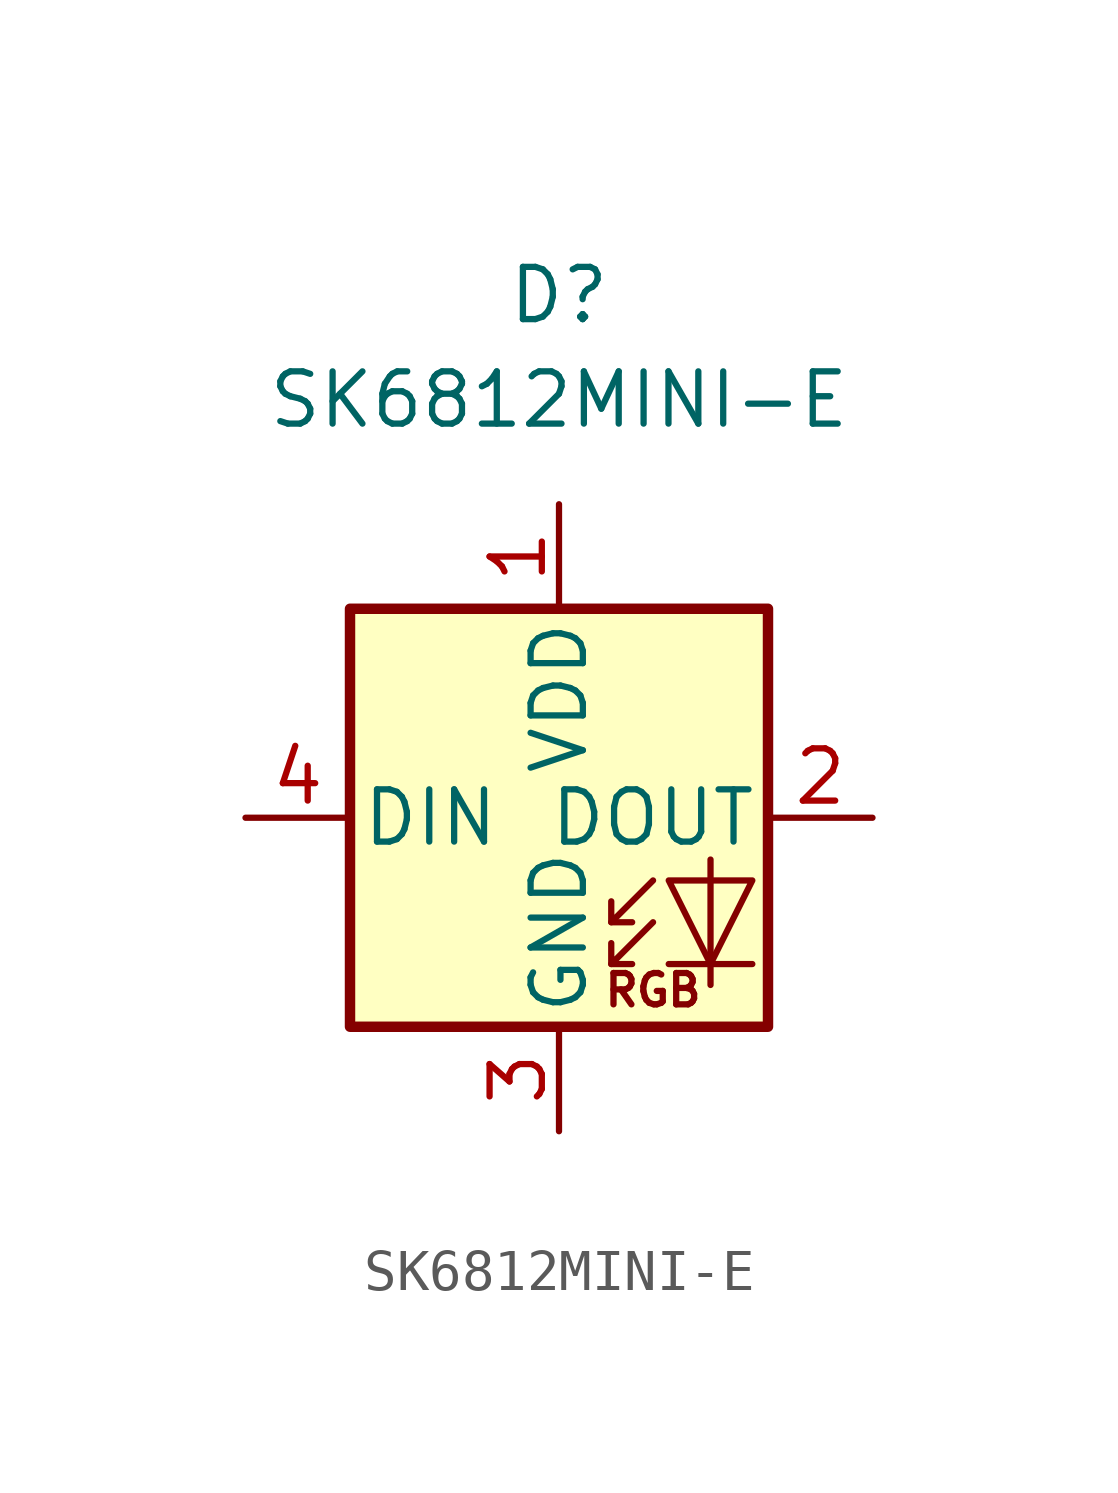
<source format=kicad_sym>
(kicad_symbol_lib
  (version 20211014)
  (generator kicad_symbol_editor)
  (symbol "SK6812MINI-E"
    (pin_names
      (offset 0.254))
    (property "Reference" "D"
      (at 0 12.7 0)
      (effects (font (size 1.27 1.27))))
    (property "Value" "SK6812MINI-E"
      (at 0 10.16 0)
      (effects (font (size 1.27 1.27))))
    (symbol "SK6812MINI-E_0_0"
      (text "RGB" (at 2.286 -4.191 0) (effects (font (size 0.762 0.762)))))
    (symbol "SK6812MINI-E_0_1"
      (polyline (pts (xy 1.27 -3.556) (xy 1.778 -3.556)) (stroke (width 0) (type default) (color 0 0 0 0)) (fill (type none)))
      (polyline (pts (xy 1.27 -2.54) (xy 1.778 -2.54)) (stroke (width 0) (type default) (color 0 0 0 0)) (fill (type none)))
      (polyline (pts (xy 4.699 -3.556) (xy 2.667 -3.556)) (stroke (width 0) (type default) (color 0 0 0 0)) (fill (type none)))
      (polyline (pts (xy 2.286 -2.54) (xy 1.27 -3.556) (xy 1.27 -3.048)) (stroke (width 0) (type default) (color 0 0 0 0)) (fill (type none)))
      (polyline (pts (xy 2.286 -1.524) (xy 1.27 -2.54) (xy 1.27 -2.032)) (stroke (width 0) (type default) (color 0 0 0 0)) (fill (type none)))
      (polyline (pts (xy 3.683 -1.016) (xy 3.683 -3.556) (xy 3.683 -4.064)) (stroke (width 0) (type default) (color 0 0 0 0)) (fill (type none)))
      (polyline (pts (xy 4.699 -1.524) (xy 2.667 -1.524) (xy 3.683 -3.556) (xy 4.699 -1.524)) (stroke (width 0) (type default) (color 0 0 0 0)) (fill (type none)))
      (rectangle (start 5.08 5.08) (end -5.08 -5.08) (stroke (width 0.254) (type default) (color 0 0 0 0)) (fill (type background))))
    (symbol "SK6812MINI-E_1_1"
      (pin power_in line (at 0 7.62 270) (length 2.54) (name "VDD" (effects (font (size 1.27 1.27)))) (number "1" (effects (font (size 1.27 1.27)))))
      (pin output line (at 7.62 0 180) (length 2.54) (name "DOUT" (effects (font (size 1.27 1.27)))) (number "2" (effects (font (size 1.27 1.27)))))
      (pin power_in line (at 0 -7.62 90) (length 2.54) (name "GND" (effects (font (size 1.27 1.27)))) (number "3" (effects (font (size 1.27 1.27)))))
      (pin input line (at -7.62 0 0) (length 2.54) (name "DIN" (effects (font (size 1.27 1.27)))) (number "4" (effects (font (size 1.27 1.27))))))))
</source>
